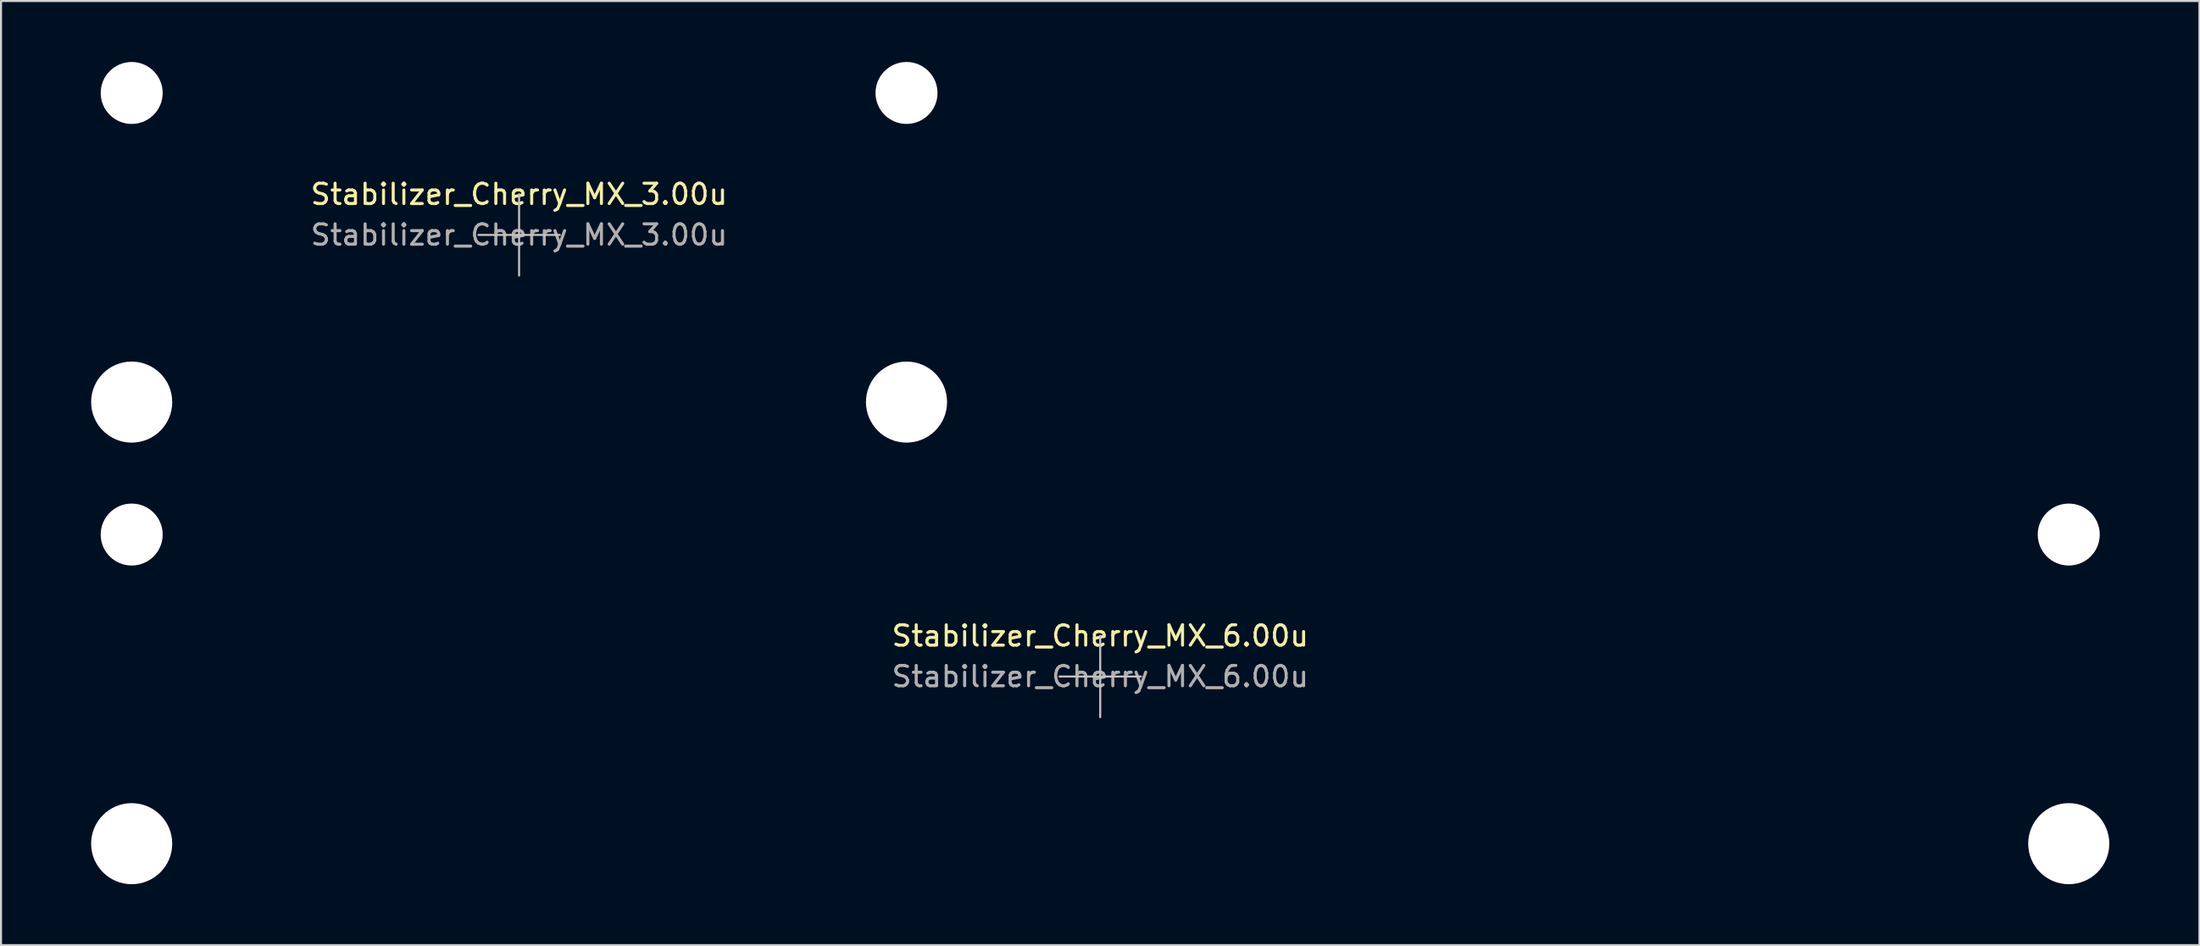
<source format=kicad_pcb>
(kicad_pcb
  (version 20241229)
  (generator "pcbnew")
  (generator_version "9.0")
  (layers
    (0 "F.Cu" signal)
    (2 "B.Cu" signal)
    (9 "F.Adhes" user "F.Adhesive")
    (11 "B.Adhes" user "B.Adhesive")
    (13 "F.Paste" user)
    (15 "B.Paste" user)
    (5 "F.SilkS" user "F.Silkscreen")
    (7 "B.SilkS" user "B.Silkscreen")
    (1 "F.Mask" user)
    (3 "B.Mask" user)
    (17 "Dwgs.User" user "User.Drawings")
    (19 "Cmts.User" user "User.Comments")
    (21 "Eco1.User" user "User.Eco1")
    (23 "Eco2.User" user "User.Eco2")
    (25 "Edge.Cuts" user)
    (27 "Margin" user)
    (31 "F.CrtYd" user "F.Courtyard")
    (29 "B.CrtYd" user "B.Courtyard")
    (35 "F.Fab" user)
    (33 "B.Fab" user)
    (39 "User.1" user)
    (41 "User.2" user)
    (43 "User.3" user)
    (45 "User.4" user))
  (footprint "Stabilizer_Cherry_MX_6.00u"
    (layer "F.Cu")
    (at 51.05 30.237)
    (property "Reference" "Stabilizer_Cherry_MX_6.00u" (at 0 -2 0) (layer "F.SilkS") (effects (font (size 1 1) (thickness 0.15))))
    (attr exclude_from_pos_files exclude_from_bom)
    (fp_line (start -2 0) (end 2 0) (stroke (width 0.1) (type solid)) (layer "Dwgs.User"))
    (fp_line (start 0 2) (end 0 -2) (stroke (width 0.1) (type solid)) (layer "Dwgs.User"))
    (fp_line (start -51 -5.53) (end -51 6.77) (stroke (width 0.1) (type solid)) (layer "Eco1.User"))
    (fp_line (start -51 6.77) (end -44.25 6.77) (stroke (width 0.1) (type solid)) (layer "Eco1.User"))
    (fp_line (start -44.25 -5.53) (end -51 -5.53) (stroke (width 0.1) (type solid)) (layer "Eco1.User"))
    (fp_line (start -44.25 6.77) (end -44.25 -5.53) (stroke (width 0.1) (type solid)) (layer "Eco1.User"))
    (fp_line (start 44.25 -5.53) (end 44.25 6.77) (stroke (width 0.1) (type solid)) (layer "Eco1.User"))
    (fp_line (start 44.25 6.77) (end 51 6.77) (stroke (width 0.1) (type solid)) (layer "Eco1.User"))
    (fp_line (start 51 -5.53) (end 44.25 -5.53) (stroke (width 0.1) (type solid)) (layer "Eco1.User"))
    (fp_line (start 51 6.77) (end 51 -5.53) (stroke (width 0.1) (type solid)) (layer "Eco1.User"))
    (fp_text user "${REFERENCE}" (at 0 0 0) (layer "F.Fab") (effects (font (size 1 1) (thickness 0.15))))
    (pad "" np_thru_hole circle (at -47.625 -6.985) (size 3.048 3.048) (drill 3.048) (layers "*.Cu" "*.Mask"))
    (pad "" np_thru_hole circle (at -47.625 8.225) (size 3.988 3.988) (drill 3.988) (layers "*.Cu" "*.Mask"))
    (pad "" np_thru_hole circle (at 47.625 -6.985) (size 3.048 3.048) (drill 3.048) (layers "*.Cu" "*.Mask"))
    (pad "" np_thru_hole circle (at 47.625 8.225) (size 3.988 3.988) (drill 3.988) (layers "*.Cu" "*.Mask")))
  (footprint "Stabilizer_Cherry_MX_3.00u"
    (layer "F.Cu")
    (at 22.475 8.509)
    (property "Reference" "Stabilizer_Cherry_MX_3.00u" (at 0 -2 0) (layer "F.SilkS") (effects (font (size 1 1) (thickness 0.15))))
    (attr exclude_from_pos_files exclude_from_bom)
    (fp_line (start -2 0) (end 2 0) (stroke (width 0.1) (type solid)) (layer "Dwgs.User"))
    (fp_line (start 0 2) (end 0 -2) (stroke (width 0.1) (type solid)) (layer "Dwgs.User"))
    (fp_line (start -22.425 -5.53) (end -22.425 6.77) (stroke (width 0.1) (type solid)) (layer "Eco1.User"))
    (fp_line (start -22.425 6.77) (end -15.675 6.77) (stroke (width 0.1) (type solid)) (layer "Eco1.User"))
    (fp_line (start -15.675 -5.53) (end -22.425 -5.53) (stroke (width 0.1) (type solid)) (layer "Eco1.User"))
    (fp_line (start -15.675 6.77) (end -15.675 -5.53) (stroke (width 0.1) (type solid)) (layer "Eco1.User"))
    (fp_line (start 15.675 -5.53) (end 15.675 6.77) (stroke (width 0.1) (type solid)) (layer "Eco1.User"))
    (fp_line (start 15.675 6.77) (end 22.425 6.77) (stroke (width 0.1) (type solid)) (layer "Eco1.User"))
    (fp_line (start 22.425 -5.53) (end 15.675 -5.53) (stroke (width 0.1) (type solid)) (layer "Eco1.User"))
    (fp_line (start 22.425 6.77) (end 22.425 -5.53) (stroke (width 0.1) (type solid)) (layer "Eco1.User"))
    (fp_text user "${REFERENCE}" (at 0 0 0) (layer "F.Fab") (effects (font (size 1 1) (thickness 0.15))))
    (pad "" np_thru_hole circle (at -19.05 -6.985) (size 3.048 3.048) (drill 3.048) (layers "*.Cu" "*.Mask"))
    (pad "" np_thru_hole circle (at -19.05 8.225) (size 3.988 3.988) (drill 3.988) (layers "*.Cu" "*.Mask"))
    (pad "" np_thru_hole circle (at 19.05 -6.985) (size 3.048 3.048) (drill 3.048) (layers "*.Cu" "*.Mask"))
    (pad "" np_thru_hole circle (at 19.05 8.225) (size 3.988 3.988) (drill 3.988) (layers "*.Cu" "*.Mask")))
  (gr_rect
    (start -3 -3)
    (end 105.1 43.456)
    (stroke (width 0.1) (type default))
    (fill no)
    (layer "Edge.Cuts")))
</source>
